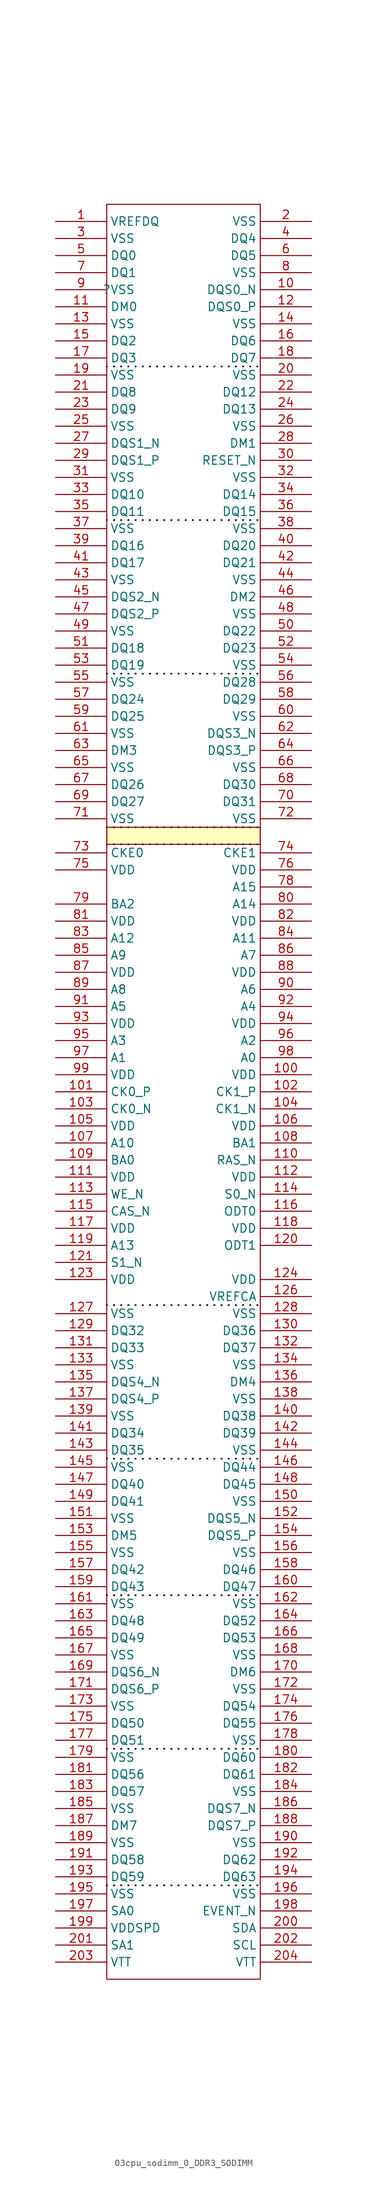
<source format=kicad_sym>
(kicad_symbol_lib
  (version 20220914)
  (generator kicad_symbol_editor)
  (symbol "03cpu_sodimm_0_DDR3_SODIMM"
    (property "Reference" ""
      (at 0 0 0)
      (effects (font (size 1.27 1.27))))
    (property "Value" ""
      (at 0 0 0)
      (effects (font (size 1.27 1.27))))
    (symbol "03cpu_sodimm_0_DDR3_SODIMM_1_0"
      (polyline (pts (xy 0 -237.49) (xy 22.86 -237.49)) (stroke (width 0.254) (type dot) (color 0 0 0 1)) (fill (type none)))
      (polyline (pts (xy 0 -217.17) (xy 22.86 -217.17)) (stroke (width 0.254) (type dot) (color 0 0 0 1)) (fill (type none)))
      (polyline (pts (xy 0 -194.31) (xy 22.86 -194.31)) (stroke (width 0.254) (type dot) (color 0 0 0 1)) (fill (type none)))
      (polyline (pts (xy 0 -173.99) (xy 22.86 -173.99)) (stroke (width 0.254) (type dot) (color 0 0 0 1)) (fill (type none)))
      (polyline (pts (xy 0 -151.13) (xy 22.86 -151.13)) (stroke (width 0.254) (type dot) (color 0 0 0 1)) (fill (type none)))
      (polyline (pts (xy 0 -82.55) (xy 22.86 -82.55)) (stroke (width 0.254) (type dot) (color 0 0 0 1)) (fill (type none)))
      (polyline (pts (xy 0 -80.01) (xy 22.86 -80.01)) (stroke (width 0.254) (type dot) (color 0 0 0 1)) (fill (type none)))
      (polyline (pts (xy 0 -57.15) (xy 22.86 -57.15)) (stroke (width 0.254) (type dot) (color 0 0 0 1)) (fill (type none)))
      (polyline (pts (xy 0 -34.29) (xy 22.86 -34.29)) (stroke (width 0.254) (type dot) (color 0 0 0 1)) (fill (type none)))
      (polyline (pts (xy 0 -11.43) (xy 22.86 -11.43)) (stroke (width 0.254) (type dot) (color 0 0 0 1)) (fill (type none)))
      (rectangle (start 22.86 -80.01) (end 0 -82.55) (stroke (width 0) (type solid)) (fill (type background)))
      (rectangle (start 22.86 12.7) (end 0 -251.46) (stroke (width 0) (type solid)) (fill (type none)))
      (pin power_in line (at -7.62 10.16 0) (length 7.62) (name "VREFDQ" (effects (font (size 1.27 1.27)))) (number "1" (effects (font (size 1.27 1.27)))))
      (pin bidirectional line (at 30.48 0 180) (length 7.62) (name "DQS0_N" (effects (font (size 1.27 1.27)))) (number "10" (effects (font (size 1.27 1.27)))))
      (pin power_in line (at 30.48 -116.84 180) (length 7.62) (name "VDD" (effects (font (size 1.27 1.27)))) (number "100" (effects (font (size 1.27 1.27)))))
      (pin input line (at -7.62 -119.38 0) (length 7.62) (name "CK0_P" (effects (font (size 1.27 1.27)))) (number "101" (effects (font (size 1.27 1.27)))))
      (pin input line (at 30.48 -119.38 180) (length 7.62) (name "CK1_P" (effects (font (size 1.27 1.27)))) (number "102" (effects (font (size 1.27 1.27)))))
      (pin input line (at -7.62 -121.92 0) (length 7.62) (name "CK0_N" (effects (font (size 1.27 1.27)))) (number "103" (effects (font (size 1.27 1.27)))))
      (pin input line (at 30.48 -121.92 180) (length 7.62) (name "CK1_N" (effects (font (size 1.27 1.27)))) (number "104" (effects (font (size 1.27 1.27)))))
      (pin power_in line (at -7.62 -124.46 0) (length 7.62) (name "VDD" (effects (font (size 1.27 1.27)))) (number "105" (effects (font (size 1.27 1.27)))))
      (pin power_in line (at 30.48 -124.46 180) (length 7.62) (name "VDD" (effects (font (size 1.27 1.27)))) (number "106" (effects (font (size 1.27 1.27)))))
      (pin input line (at -7.62 -127 0) (length 7.62) (name "A10" (effects (font (size 1.27 1.27)))) (number "107" (effects (font (size 1.27 1.27)))))
      (pin input line (at 30.48 -127 180) (length 7.62) (name "BA1" (effects (font (size 1.27 1.27)))) (number "108" (effects (font (size 1.27 1.27)))))
      (pin input line (at -7.62 -129.54 0) (length 7.62) (name "BA0" (effects (font (size 1.27 1.27)))) (number "109" (effects (font (size 1.27 1.27)))))
      (pin input line (at -7.62 -2.54 0) (length 7.62) (name "DM0" (effects (font (size 1.27 1.27)))) (number "11" (effects (font (size 1.27 1.27)))))
      (pin input line (at 30.48 -129.54 180) (length 7.62) (name "RAS_N" (effects (font (size 1.27 1.27)))) (number "110" (effects (font (size 1.27 1.27)))))
      (pin power_in line (at -7.62 -132.08 0) (length 7.62) (name "VDD" (effects (font (size 1.27 1.27)))) (number "111" (effects (font (size 1.27 1.27)))))
      (pin power_in line (at 30.48 -132.08 180) (length 7.62) (name "VDD" (effects (font (size 1.27 1.27)))) (number "112" (effects (font (size 1.27 1.27)))))
      (pin input line (at -7.62 -134.62 0) (length 7.62) (name "WE_N" (effects (font (size 1.27 1.27)))) (number "113" (effects (font (size 1.27 1.27)))))
      (pin input line (at 30.48 -134.62 180) (length 7.62) (name "S0_N" (effects (font (size 1.27 1.27)))) (number "114" (effects (font (size 1.27 1.27)))))
      (pin input line (at -7.62 -137.16 0) (length 7.62) (name "CAS_N" (effects (font (size 1.27 1.27)))) (number "115" (effects (font (size 1.27 1.27)))))
      (pin input line (at 30.48 -137.16 180) (length 7.62) (name "ODT0" (effects (font (size 1.27 1.27)))) (number "116" (effects (font (size 1.27 1.27)))))
      (pin power_in line (at -7.62 -139.7 0) (length 7.62) (name "VDD" (effects (font (size 1.27 1.27)))) (number "117" (effects (font (size 1.27 1.27)))))
      (pin power_in line (at 30.48 -139.7 180) (length 7.62) (name "VDD" (effects (font (size 1.27 1.27)))) (number "118" (effects (font (size 1.27 1.27)))))
      (pin input line (at -7.62 -142.24 0) (length 7.62) (name "A13" (effects (font (size 1.27 1.27)))) (number "119" (effects (font (size 1.27 1.27)))))
      (pin bidirectional line (at 30.48 -2.54 180) (length 7.62) (name "DQS0_P" (effects (font (size 1.27 1.27)))) (number "12" (effects (font (size 1.27 1.27)))))
      (pin input line (at 30.48 -142.24 180) (length 7.62) (name "ODT1" (effects (font (size 1.27 1.27)))) (number "120" (effects (font (size 1.27 1.27)))))
      (pin input line (at -7.62 -144.78 0) (length 7.62) (name "S1_N" (effects (font (size 1.27 1.27)))) (number "121" (effects (font (size 1.27 1.27)))))
      (pin power_in line (at -7.62 -147.32 0) (length 7.62) (name "VDD" (effects (font (size 1.27 1.27)))) (number "123" (effects (font (size 1.27 1.27)))))
      (pin power_in line (at 30.48 -147.32 180) (length 7.62) (name "VDD" (effects (font (size 1.27 1.27)))) (number "124" (effects (font (size 1.27 1.27)))))
      (pin power_in line (at 30.48 -149.86 180) (length 7.62) (name "VREFCA" (effects (font (size 1.27 1.27)))) (number "126" (effects (font (size 1.27 1.27)))))
      (pin power_in line (at -7.62 -152.4 0) (length 7.62) (name "VSS" (effects (font (size 1.27 1.27)))) (number "127" (effects (font (size 1.27 1.27)))))
      (pin power_in line (at 30.48 -152.4 180) (length 7.62) (name "VSS" (effects (font (size 1.27 1.27)))) (number "128" (effects (font (size 1.27 1.27)))))
      (pin bidirectional line (at -7.62 -154.94 0) (length 7.62) (name "DQ32" (effects (font (size 1.27 1.27)))) (number "129" (effects (font (size 1.27 1.27)))))
      (pin power_in line (at -7.62 -5.08 0) (length 7.62) (name "VSS" (effects (font (size 1.27 1.27)))) (number "13" (effects (font (size 1.27 1.27)))))
      (pin bidirectional line (at 30.48 -154.94 180) (length 7.62) (name "DQ36" (effects (font (size 1.27 1.27)))) (number "130" (effects (font (size 1.27 1.27)))))
      (pin bidirectional line (at -7.62 -157.48 0) (length 7.62) (name "DQ33" (effects (font (size 1.27 1.27)))) (number "131" (effects (font (size 1.27 1.27)))))
      (pin bidirectional line (at 30.48 -157.48 180) (length 7.62) (name "DQ37" (effects (font (size 1.27 1.27)))) (number "132" (effects (font (size 1.27 1.27)))))
      (pin power_in line (at -7.62 -160.02 0) (length 7.62) (name "VSS" (effects (font (size 1.27 1.27)))) (number "133" (effects (font (size 1.27 1.27)))))
      (pin power_in line (at 30.48 -160.02 180) (length 7.62) (name "VSS" (effects (font (size 1.27 1.27)))) (number "134" (effects (font (size 1.27 1.27)))))
      (pin bidirectional line (at -7.62 -162.56 0) (length 7.62) (name "DQS4_N" (effects (font (size 1.27 1.27)))) (number "135" (effects (font (size 1.27 1.27)))))
      (pin input line (at 30.48 -162.56 180) (length 7.62) (name "DM4" (effects (font (size 1.27 1.27)))) (number "136" (effects (font (size 1.27 1.27)))))
      (pin bidirectional line (at -7.62 -165.1 0) (length 7.62) (name "DQS4_P" (effects (font (size 1.27 1.27)))) (number "137" (effects (font (size 1.27 1.27)))))
      (pin power_in line (at 30.48 -165.1 180) (length 7.62) (name "VSS" (effects (font (size 1.27 1.27)))) (number "138" (effects (font (size 1.27 1.27)))))
      (pin power_in line (at -7.62 -167.64 0) (length 7.62) (name "VSS" (effects (font (size 1.27 1.27)))) (number "139" (effects (font (size 1.27 1.27)))))
      (pin power_in line (at 30.48 -5.08 180) (length 7.62) (name "VSS" (effects (font (size 1.27 1.27)))) (number "14" (effects (font (size 1.27 1.27)))))
      (pin bidirectional line (at 30.48 -167.64 180) (length 7.62) (name "DQ38" (effects (font (size 1.27 1.27)))) (number "140" (effects (font (size 1.27 1.27)))))
      (pin bidirectional line (at -7.62 -170.18 0) (length 7.62) (name "DQ34" (effects (font (size 1.27 1.27)))) (number "141" (effects (font (size 1.27 1.27)))))
      (pin bidirectional line (at 30.48 -170.18 180) (length 7.62) (name "DQ39" (effects (font (size 1.27 1.27)))) (number "142" (effects (font (size 1.27 1.27)))))
      (pin bidirectional line (at -7.62 -172.72 0) (length 7.62) (name "DQ35" (effects (font (size 1.27 1.27)))) (number "143" (effects (font (size 1.27 1.27)))))
      (pin power_in line (at 30.48 -172.72 180) (length 7.62) (name "VSS" (effects (font (size 1.27 1.27)))) (number "144" (effects (font (size 1.27 1.27)))))
      (pin power_in line (at -7.62 -175.26 0) (length 7.62) (name "VSS" (effects (font (size 1.27 1.27)))) (number "145" (effects (font (size 1.27 1.27)))))
      (pin bidirectional line (at 30.48 -175.26 180) (length 7.62) (name "DQ44" (effects (font (size 1.27 1.27)))) (number "146" (effects (font (size 1.27 1.27)))))
      (pin bidirectional line (at -7.62 -177.8 0) (length 7.62) (name "DQ40" (effects (font (size 1.27 1.27)))) (number "147" (effects (font (size 1.27 1.27)))))
      (pin bidirectional line (at 30.48 -177.8 180) (length 7.62) (name "DQ45" (effects (font (size 1.27 1.27)))) (number "148" (effects (font (size 1.27 1.27)))))
      (pin bidirectional line (at -7.62 -180.34 0) (length 7.62) (name "DQ41" (effects (font (size 1.27 1.27)))) (number "149" (effects (font (size 1.27 1.27)))))
      (pin bidirectional line (at -7.62 -7.62 0) (length 7.62) (name "DQ2" (effects (font (size 1.27 1.27)))) (number "15" (effects (font (size 1.27 1.27)))))
      (pin power_in line (at 30.48 -180.34 180) (length 7.62) (name "VSS" (effects (font (size 1.27 1.27)))) (number "150" (effects (font (size 1.27 1.27)))))
      (pin power_in line (at -7.62 -182.88 0) (length 7.62) (name "VSS" (effects (font (size 1.27 1.27)))) (number "151" (effects (font (size 1.27 1.27)))))
      (pin bidirectional line (at 30.48 -182.88 180) (length 7.62) (name "DQS5_N" (effects (font (size 1.27 1.27)))) (number "152" (effects (font (size 1.27 1.27)))))
      (pin input line (at -7.62 -185.42 0) (length 7.62) (name "DM5" (effects (font (size 1.27 1.27)))) (number "153" (effects (font (size 1.27 1.27)))))
      (pin bidirectional line (at 30.48 -185.42 180) (length 7.62) (name "DQS5_P" (effects (font (size 1.27 1.27)))) (number "154" (effects (font (size 1.27 1.27)))))
      (pin power_in line (at -7.62 -187.96 0) (length 7.62) (name "VSS" (effects (font (size 1.27 1.27)))) (number "155" (effects (font (size 1.27 1.27)))))
      (pin power_in line (at 30.48 -187.96 180) (length 7.62) (name "VSS" (effects (font (size 1.27 1.27)))) (number "156" (effects (font (size 1.27 1.27)))))
      (pin bidirectional line (at -7.62 -190.5 0) (length 7.62) (name "DQ42" (effects (font (size 1.27 1.27)))) (number "157" (effects (font (size 1.27 1.27)))))
      (pin bidirectional line (at 30.48 -190.5 180) (length 7.62) (name "DQ46" (effects (font (size 1.27 1.27)))) (number "158" (effects (font (size 1.27 1.27)))))
      (pin bidirectional line (at -7.62 -193.04 0) (length 7.62) (name "DQ43" (effects (font (size 1.27 1.27)))) (number "159" (effects (font (size 1.27 1.27)))))
      (pin bidirectional line (at 30.48 -7.62 180) (length 7.62) (name "DQ6" (effects (font (size 1.27 1.27)))) (number "16" (effects (font (size 1.27 1.27)))))
      (pin bidirectional line (at 30.48 -193.04 180) (length 7.62) (name "DQ47" (effects (font (size 1.27 1.27)))) (number "160" (effects (font (size 1.27 1.27)))))
      (pin power_in line (at -7.62 -195.58 0) (length 7.62) (name "VSS" (effects (font (size 1.27 1.27)))) (number "161" (effects (font (size 1.27 1.27)))))
      (pin power_in line (at 30.48 -195.58 180) (length 7.62) (name "VSS" (effects (font (size 1.27 1.27)))) (number "162" (effects (font (size 1.27 1.27)))))
      (pin bidirectional line (at -7.62 -198.12 0) (length 7.62) (name "DQ48" (effects (font (size 1.27 1.27)))) (number "163" (effects (font (size 1.27 1.27)))))
      (pin bidirectional line (at 30.48 -198.12 180) (length 7.62) (name "DQ52" (effects (font (size 1.27 1.27)))) (number "164" (effects (font (size 1.27 1.27)))))
      (pin bidirectional line (at -7.62 -200.66 0) (length 7.62) (name "DQ49" (effects (font (size 1.27 1.27)))) (number "165" (effects (font (size 1.27 1.27)))))
      (pin bidirectional line (at 30.48 -200.66 180) (length 7.62) (name "DQ53" (effects (font (size 1.27 1.27)))) (number "166" (effects (font (size 1.27 1.27)))))
      (pin power_in line (at -7.62 -203.2 0) (length 7.62) (name "VSS" (effects (font (size 1.27 1.27)))) (number "167" (effects (font (size 1.27 1.27)))))
      (pin power_in line (at 30.48 -203.2 180) (length 7.62) (name "VSS" (effects (font (size 1.27 1.27)))) (number "168" (effects (font (size 1.27 1.27)))))
      (pin bidirectional line (at -7.62 -205.74 0) (length 7.62) (name "DQS6_N" (effects (font (size 1.27 1.27)))) (number "169" (effects (font (size 1.27 1.27)))))
      (pin bidirectional line (at -7.62 -10.16 0) (length 7.62) (name "DQ3" (effects (font (size 1.27 1.27)))) (number "17" (effects (font (size 1.27 1.27)))))
      (pin input line (at 30.48 -205.74 180) (length 7.62) (name "DM6" (effects (font (size 1.27 1.27)))) (number "170" (effects (font (size 1.27 1.27)))))
      (pin bidirectional line (at -7.62 -208.28 0) (length 7.62) (name "DQS6_P" (effects (font (size 1.27 1.27)))) (number "171" (effects (font (size 1.27 1.27)))))
      (pin power_in line (at 30.48 -208.28 180) (length 7.62) (name "VSS" (effects (font (size 1.27 1.27)))) (number "172" (effects (font (size 1.27 1.27)))))
      (pin power_in line (at -7.62 -210.82 0) (length 7.62) (name "VSS" (effects (font (size 1.27 1.27)))) (number "173" (effects (font (size 1.27 1.27)))))
      (pin bidirectional line (at 30.48 -210.82 180) (length 7.62) (name "DQ54" (effects (font (size 1.27 1.27)))) (number "174" (effects (font (size 1.27 1.27)))))
      (pin bidirectional line (at -7.62 -213.36 0) (length 7.62) (name "DQ50" (effects (font (size 1.27 1.27)))) (number "175" (effects (font (size 1.27 1.27)))))
      (pin bidirectional line (at 30.48 -213.36 180) (length 7.62) (name "DQ55" (effects (font (size 1.27 1.27)))) (number "176" (effects (font (size 1.27 1.27)))))
      (pin bidirectional line (at -7.62 -215.9 0) (length 7.62) (name "DQ51" (effects (font (size 1.27 1.27)))) (number "177" (effects (font (size 1.27 1.27)))))
      (pin power_in line (at 30.48 -215.9 180) (length 7.62) (name "VSS" (effects (font (size 1.27 1.27)))) (number "178" (effects (font (size 1.27 1.27)))))
      (pin power_in line (at -7.62 -218.44 0) (length 7.62) (name "VSS" (effects (font (size 1.27 1.27)))) (number "179" (effects (font (size 1.27 1.27)))))
      (pin bidirectional line (at 30.48 -10.16 180) (length 7.62) (name "DQ7" (effects (font (size 1.27 1.27)))) (number "18" (effects (font (size 1.27 1.27)))))
      (pin bidirectional line (at 30.48 -218.44 180) (length 7.62) (name "DQ60" (effects (font (size 1.27 1.27)))) (number "180" (effects (font (size 1.27 1.27)))))
      (pin bidirectional line (at -7.62 -220.98 0) (length 7.62) (name "DQ56" (effects (font (size 1.27 1.27)))) (number "181" (effects (font (size 1.27 1.27)))))
      (pin bidirectional line (at 30.48 -220.98 180) (length 7.62) (name "DQ61" (effects (font (size 1.27 1.27)))) (number "182" (effects (font (size 1.27 1.27)))))
      (pin bidirectional line (at -7.62 -223.52 0) (length 7.62) (name "DQ57" (effects (font (size 1.27 1.27)))) (number "183" (effects (font (size 1.27 1.27)))))
      (pin power_in line (at 30.48 -223.52 180) (length 7.62) (name "VSS" (effects (font (size 1.27 1.27)))) (number "184" (effects (font (size 1.27 1.27)))))
      (pin power_in line (at -7.62 -226.06 0) (length 7.62) (name "VSS" (effects (font (size 1.27 1.27)))) (number "185" (effects (font (size 1.27 1.27)))))
      (pin bidirectional line (at 30.48 -226.06 180) (length 7.62) (name "DQS7_N" (effects (font (size 1.27 1.27)))) (number "186" (effects (font (size 1.27 1.27)))))
      (pin input line (at -7.62 -228.6 0) (length 7.62) (name "DM7" (effects (font (size 1.27 1.27)))) (number "187" (effects (font (size 1.27 1.27)))))
      (pin bidirectional line (at 30.48 -228.6 180) (length 7.62) (name "DQS7_P" (effects (font (size 1.27 1.27)))) (number "188" (effects (font (size 1.27 1.27)))))
      (pin power_in line (at -7.62 -231.14 0) (length 7.62) (name "VSS" (effects (font (size 1.27 1.27)))) (number "189" (effects (font (size 1.27 1.27)))))
      (pin power_in line (at -7.62 -12.7 0) (length 7.62) (name "VSS" (effects (font (size 1.27 1.27)))) (number "19" (effects (font (size 1.27 1.27)))))
      (pin power_in line (at 30.48 -231.14 180) (length 7.62) (name "VSS" (effects (font (size 1.27 1.27)))) (number "190" (effects (font (size 1.27 1.27)))))
      (pin bidirectional line (at -7.62 -233.68 0) (length 7.62) (name "DQ58" (effects (font (size 1.27 1.27)))) (number "191" (effects (font (size 1.27 1.27)))))
      (pin bidirectional line (at 30.48 -233.68 180) (length 7.62) (name "DQ62" (effects (font (size 1.27 1.27)))) (number "192" (effects (font (size 1.27 1.27)))))
      (pin bidirectional line (at -7.62 -236.22 0) (length 7.62) (name "DQ59" (effects (font (size 1.27 1.27)))) (number "193" (effects (font (size 1.27 1.27)))))
      (pin bidirectional line (at 30.48 -236.22 180) (length 7.62) (name "DQ63" (effects (font (size 1.27 1.27)))) (number "194" (effects (font (size 1.27 1.27)))))
      (pin power_in line (at -7.62 -238.76 0) (length 7.62) (name "VSS" (effects (font (size 1.27 1.27)))) (number "195" (effects (font (size 1.27 1.27)))))
      (pin power_in line (at 30.48 -238.76 180) (length 7.62) (name "VSS" (effects (font (size 1.27 1.27)))) (number "196" (effects (font (size 1.27 1.27)))))
      (pin input line (at -7.62 -241.3 0) (length 7.62) (name "SA0" (effects (font (size 1.27 1.27)))) (number "197" (effects (font (size 1.27 1.27)))))
      (pin input line (at 30.48 -241.3 180) (length 7.62) (name "EVENT_N" (effects (font (size 1.27 1.27)))) (number "198" (effects (font (size 1.27 1.27)))))
      (pin power_in line (at -7.62 -243.84 0) (length 7.62) (name "VDDSPD" (effects (font (size 1.27 1.27)))) (number "199" (effects (font (size 1.27 1.27)))))
      (pin power_in line (at 30.48 10.16 180) (length 7.62) (name "VSS" (effects (font (size 1.27 1.27)))) (number "2" (effects (font (size 1.27 1.27)))))
      (pin power_in line (at 30.48 -12.7 180) (length 7.62) (name "VSS" (effects (font (size 1.27 1.27)))) (number "20" (effects (font (size 1.27 1.27)))))
      (pin bidirectional line (at 30.48 -243.84 180) (length 7.62) (name "SDA" (effects (font (size 1.27 1.27)))) (number "200" (effects (font (size 1.27 1.27)))))
      (pin input line (at -7.62 -246.38 0) (length 7.62) (name "SA1" (effects (font (size 1.27 1.27)))) (number "201" (effects (font (size 1.27 1.27)))))
      (pin input line (at 30.48 -246.38 180) (length 7.62) (name "SCL" (effects (font (size 1.27 1.27)))) (number "202" (effects (font (size 1.27 1.27)))))
      (pin power_in line (at -7.62 -248.92 0) (length 7.62) (name "VTT" (effects (font (size 1.27 1.27)))) (number "203" (effects (font (size 1.27 1.27)))))
      (pin power_in line (at 30.48 -248.92 180) (length 7.62) (name "VTT" (effects (font (size 1.27 1.27)))) (number "204" (effects (font (size 1.27 1.27)))))
      (pin bidirectional line (at -7.62 -15.24 0) (length 7.62) (name "DQ8" (effects (font (size 1.27 1.27)))) (number "21" (effects (font (size 1.27 1.27)))))
      (pin bidirectional line (at 30.48 -15.24 180) (length 7.62) (name "DQ12" (effects (font (size 1.27 1.27)))) (number "22" (effects (font (size 1.27 1.27)))))
      (pin bidirectional line (at -7.62 -17.78 0) (length 7.62) (name "DQ9" (effects (font (size 1.27 1.27)))) (number "23" (effects (font (size 1.27 1.27)))))
      (pin bidirectional line (at 30.48 -17.78 180) (length 7.62) (name "DQ13" (effects (font (size 1.27 1.27)))) (number "24" (effects (font (size 1.27 1.27)))))
      (pin power_in line (at -7.62 -20.32 0) (length 7.62) (name "VSS" (effects (font (size 1.27 1.27)))) (number "25" (effects (font (size 1.27 1.27)))))
      (pin power_in line (at 30.48 -20.32 180) (length 7.62) (name "VSS" (effects (font (size 1.27 1.27)))) (number "26" (effects (font (size 1.27 1.27)))))
      (pin bidirectional line (at -7.62 -22.86 0) (length 7.62) (name "DQS1_N" (effects (font (size 1.27 1.27)))) (number "27" (effects (font (size 1.27 1.27)))))
      (pin input line (at 30.48 -22.86 180) (length 7.62) (name "DM1" (effects (font (size 1.27 1.27)))) (number "28" (effects (font (size 1.27 1.27)))))
      (pin bidirectional line (at -7.62 -25.4 0) (length 7.62) (name "DQS1_P" (effects (font (size 1.27 1.27)))) (number "29" (effects (font (size 1.27 1.27)))))
      (pin power_in line (at -7.62 7.62 0) (length 7.62) (name "VSS" (effects (font (size 1.27 1.27)))) (number "3" (effects (font (size 1.27 1.27)))))
      (pin input line (at 30.48 -25.4 180) (length 7.62) (name "RESET_N" (effects (font (size 1.27 1.27)))) (number "30" (effects (font (size 1.27 1.27)))))
      (pin power_in line (at -7.62 -27.94 0) (length 7.62) (name "VSS" (effects (font (size 1.27 1.27)))) (number "31" (effects (font (size 1.27 1.27)))))
      (pin power_in line (at 30.48 -27.94 180) (length 7.62) (name "VSS" (effects (font (size 1.27 1.27)))) (number "32" (effects (font (size 1.27 1.27)))))
      (pin bidirectional line (at -7.62 -30.48 0) (length 7.62) (name "DQ10" (effects (font (size 1.27 1.27)))) (number "33" (effects (font (size 1.27 1.27)))))
      (pin bidirectional line (at 30.48 -30.48 180) (length 7.62) (name "DQ14" (effects (font (size 1.27 1.27)))) (number "34" (effects (font (size 1.27 1.27)))))
      (pin bidirectional line (at -7.62 -33.02 0) (length 7.62) (name "DQ11" (effects (font (size 1.27 1.27)))) (number "35" (effects (font (size 1.27 1.27)))))
      (pin bidirectional line (at 30.48 -33.02 180) (length 7.62) (name "DQ15" (effects (font (size 1.27 1.27)))) (number "36" (effects (font (size 1.27 1.27)))))
      (pin power_in line (at -7.62 -35.56 0) (length 7.62) (name "VSS" (effects (font (size 1.27 1.27)))) (number "37" (effects (font (size 1.27 1.27)))))
      (pin power_in line (at 30.48 -35.56 180) (length 7.62) (name "VSS" (effects (font (size 1.27 1.27)))) (number "38" (effects (font (size 1.27 1.27)))))
      (pin bidirectional line (at -7.62 -38.1 0) (length 7.62) (name "DQ16" (effects (font (size 1.27 1.27)))) (number "39" (effects (font (size 1.27 1.27)))))
      (pin bidirectional line (at 30.48 7.62 180) (length 7.62) (name "DQ4" (effects (font (size 1.27 1.27)))) (number "4" (effects (font (size 1.27 1.27)))))
      (pin bidirectional line (at 30.48 -38.1 180) (length 7.62) (name "DQ20" (effects (font (size 1.27 1.27)))) (number "40" (effects (font (size 1.27 1.27)))))
      (pin bidirectional line (at -7.62 -40.64 0) (length 7.62) (name "DQ17" (effects (font (size 1.27 1.27)))) (number "41" (effects (font (size 1.27 1.27)))))
      (pin bidirectional line (at 30.48 -40.64 180) (length 7.62) (name "DQ21" (effects (font (size 1.27 1.27)))) (number "42" (effects (font (size 1.27 1.27)))))
      (pin bidirectional line (at -7.62 -43.18 0) (length 7.62) (name "VSS" (effects (font (size 1.27 1.27)))) (number "43" (effects (font (size 1.27 1.27)))))
      (pin bidirectional line (at 30.48 -43.18 180) (length 7.62) (name "VSS" (effects (font (size 1.27 1.27)))) (number "44" (effects (font (size 1.27 1.27)))))
      (pin bidirectional line (at -7.62 -45.72 0) (length 7.62) (name "DQS2_N" (effects (font (size 1.27 1.27)))) (number "45" (effects (font (size 1.27 1.27)))))
      (pin input line (at 30.48 -45.72 180) (length 7.62) (name "DM2" (effects (font (size 1.27 1.27)))) (number "46" (effects (font (size 1.27 1.27)))))
      (pin bidirectional line (at -7.62 -48.26 0) (length 7.62) (name "DQS2_P" (effects (font (size 1.27 1.27)))) (number "47" (effects (font (size 1.27 1.27)))))
      (pin power_in line (at 30.48 -48.26 180) (length 7.62) (name "VSS" (effects (font (size 1.27 1.27)))) (number "48" (effects (font (size 1.27 1.27)))))
      (pin power_in line (at -7.62 -50.8 0) (length 7.62) (name "VSS" (effects (font (size 1.27 1.27)))) (number "49" (effects (font (size 1.27 1.27)))))
      (pin bidirectional line (at -7.62 5.08 0) (length 7.62) (name "DQ0" (effects (font (size 1.27 1.27)))) (number "5" (effects (font (size 1.27 1.27)))))
      (pin bidirectional line (at 30.48 -50.8 180) (length 7.62) (name "DQ22" (effects (font (size 1.27 1.27)))) (number "50" (effects (font (size 1.27 1.27)))))
      (pin bidirectional line (at -7.62 -53.34 0) (length 7.62) (name "DQ18" (effects (font (size 1.27 1.27)))) (number "51" (effects (font (size 1.27 1.27)))))
      (pin bidirectional line (at 30.48 -53.34 180) (length 7.62) (name "DQ23" (effects (font (size 1.27 1.27)))) (number "52" (effects (font (size 1.27 1.27)))))
      (pin bidirectional line (at -7.62 -55.88 0) (length 7.62) (name "DQ19" (effects (font (size 1.27 1.27)))) (number "53" (effects (font (size 1.27 1.27)))))
      (pin power_in line (at 30.48 -55.88 180) (length 7.62) (name "VSS" (effects (font (size 1.27 1.27)))) (number "54" (effects (font (size 1.27 1.27)))))
      (pin power_in line (at -7.62 -58.42 0) (length 7.62) (name "VSS" (effects (font (size 1.27 1.27)))) (number "55" (effects (font (size 1.27 1.27)))))
      (pin bidirectional line (at 30.48 -58.42 180) (length 7.62) (name "DQ28" (effects (font (size 1.27 1.27)))) (number "56" (effects (font (size 1.27 1.27)))))
      (pin bidirectional line (at -7.62 -60.96 0) (length 7.62) (name "DQ24" (effects (font (size 1.27 1.27)))) (number "57" (effects (font (size 1.27 1.27)))))
      (pin bidirectional line (at 30.48 -60.96 180) (length 7.62) (name "DQ29" (effects (font (size 1.27 1.27)))) (number "58" (effects (font (size 1.27 1.27)))))
      (pin bidirectional line (at -7.62 -63.5 0) (length 7.62) (name "DQ25" (effects (font (size 1.27 1.27)))) (number "59" (effects (font (size 1.27 1.27)))))
      (pin bidirectional line (at 30.48 5.08 180) (length 7.62) (name "DQ5" (effects (font (size 1.27 1.27)))) (number "6" (effects (font (size 1.27 1.27)))))
      (pin power_in line (at 30.48 -63.5 180) (length 7.62) (name "VSS" (effects (font (size 1.27 1.27)))) (number "60" (effects (font (size 1.27 1.27)))))
      (pin power_in line (at -7.62 -66.04 0) (length 7.62) (name "VSS" (effects (font (size 1.27 1.27)))) (number "61" (effects (font (size 1.27 1.27)))))
      (pin bidirectional line (at 30.48 -66.04 180) (length 7.62) (name "DQS3_N" (effects (font (size 1.27 1.27)))) (number "62" (effects (font (size 1.27 1.27)))))
      (pin input line (at -7.62 -68.58 0) (length 7.62) (name "DM3" (effects (font (size 1.27 1.27)))) (number "63" (effects (font (size 1.27 1.27)))))
      (pin bidirectional line (at 30.48 -68.58 180) (length 7.62) (name "DQS3_P" (effects (font (size 1.27 1.27)))) (number "64" (effects (font (size 1.27 1.27)))))
      (pin power_in line (at -7.62 -71.12 0) (length 7.62) (name "VSS" (effects (font (size 1.27 1.27)))) (number "65" (effects (font (size 1.27 1.27)))))
      (pin power_in line (at 30.48 -71.12 180) (length 7.62) (name "VSS" (effects (font (size 1.27 1.27)))) (number "66" (effects (font (size 1.27 1.27)))))
      (pin bidirectional line (at -7.62 -73.66 0) (length 7.62) (name "DQ26" (effects (font (size 1.27 1.27)))) (number "67" (effects (font (size 1.27 1.27)))))
      (pin bidirectional line (at 30.48 -73.66 180) (length 7.62) (name "DQ30" (effects (font (size 1.27 1.27)))) (number "68" (effects (font (size 1.27 1.27)))))
      (pin bidirectional line (at -7.62 -76.2 0) (length 7.62) (name "DQ27" (effects (font (size 1.27 1.27)))) (number "69" (effects (font (size 1.27 1.27)))))
      (pin bidirectional line (at -7.62 2.54 0) (length 7.62) (name "DQ1" (effects (font (size 1.27 1.27)))) (number "7" (effects (font (size 1.27 1.27)))))
      (pin bidirectional line (at 30.48 -76.2 180) (length 7.62) (name "DQ31" (effects (font (size 1.27 1.27)))) (number "70" (effects (font (size 1.27 1.27)))))
      (pin power_in line (at -7.62 -78.74 0) (length 7.62) (name "VSS" (effects (font (size 1.27 1.27)))) (number "71" (effects (font (size 1.27 1.27)))))
      (pin power_in line (at 30.48 -78.74 180) (length 7.62) (name "VSS" (effects (font (size 1.27 1.27)))) (number "72" (effects (font (size 1.27 1.27)))))
      (pin input line (at -7.62 -83.82 0) (length 7.62) (name "CKE0" (effects (font (size 1.27 1.27)))) (number "73" (effects (font (size 1.27 1.27)))))
      (pin input line (at 30.48 -83.82 180) (length 7.62) (name "CKE1" (effects (font (size 1.27 1.27)))) (number "74" (effects (font (size 1.27 1.27)))))
      (pin power_in line (at -7.62 -86.36 0) (length 7.62) (name "VDD" (effects (font (size 1.27 1.27)))) (number "75" (effects (font (size 1.27 1.27)))))
      (pin power_in line (at 30.48 -86.36 180) (length 7.62) (name "VDD" (effects (font (size 1.27 1.27)))) (number "76" (effects (font (size 1.27 1.27)))))
      (pin input line (at 30.48 -88.9 180) (length 7.62) (name "A15" (effects (font (size 1.27 1.27)))) (number "78" (effects (font (size 1.27 1.27)))))
      (pin input line (at -7.62 -91.44 0) (length 7.62) (name "BA2" (effects (font (size 1.27 1.27)))) (number "79" (effects (font (size 1.27 1.27)))))
      (pin power_in line (at 30.48 2.54 180) (length 7.62) (name "VSS" (effects (font (size 1.27 1.27)))) (number "8" (effects (font (size 1.27 1.27)))))
      (pin input line (at 30.48 -91.44 180) (length 7.62) (name "A14" (effects (font (size 1.27 1.27)))) (number "80" (effects (font (size 1.27 1.27)))))
      (pin power_in line (at -7.62 -93.98 0) (length 7.62) (name "VDD" (effects (font (size 1.27 1.27)))) (number "81" (effects (font (size 1.27 1.27)))))
      (pin power_in line (at 30.48 -93.98 180) (length 7.62) (name "VDD" (effects (font (size 1.27 1.27)))) (number "82" (effects (font (size 1.27 1.27)))))
      (pin input line (at -7.62 -96.52 0) (length 7.62) (name "A12" (effects (font (size 1.27 1.27)))) (number "83" (effects (font (size 1.27 1.27)))))
      (pin input line (at 30.48 -96.52 180) (length 7.62) (name "A11" (effects (font (size 1.27 1.27)))) (number "84" (effects (font (size 1.27 1.27)))))
      (pin input line (at -7.62 -99.06 0) (length 7.62) (name "A9" (effects (font (size 1.27 1.27)))) (number "85" (effects (font (size 1.27 1.27)))))
      (pin input line (at 30.48 -99.06 180) (length 7.62) (name "A7" (effects (font (size 1.27 1.27)))) (number "86" (effects (font (size 1.27 1.27)))))
      (pin power_in line (at -7.62 -101.6 0) (length 7.62) (name "VDD" (effects (font (size 1.27 1.27)))) (number "87" (effects (font (size 1.27 1.27)))))
      (pin power_in line (at 30.48 -101.6 180) (length 7.62) (name "VDD" (effects (font (size 1.27 1.27)))) (number "88" (effects (font (size 1.27 1.27)))))
      (pin input line (at -7.62 -104.14 0) (length 7.62) (name "A8" (effects (font (size 1.27 1.27)))) (number "89" (effects (font (size 1.27 1.27)))))
      (pin power_in line (at -7.62 0 0) (length 7.62) (name "VSS" (effects (font (size 1.27 1.27)))) (number "9" (effects (font (size 1.27 1.27)))))
      (pin input line (at 30.48 -104.14 180) (length 7.62) (name "A6" (effects (font (size 1.27 1.27)))) (number "90" (effects (font (size 1.27 1.27)))))
      (pin input line (at -7.62 -106.68 0) (length 7.62) (name "A5" (effects (font (size 1.27 1.27)))) (number "91" (effects (font (size 1.27 1.27)))))
      (pin input line (at 30.48 -106.68 180) (length 7.62) (name "A4" (effects (font (size 1.27 1.27)))) (number "92" (effects (font (size 1.27 1.27)))))
      (pin power_in line (at -7.62 -109.22 0) (length 7.62) (name "VDD" (effects (font (size 1.27 1.27)))) (number "93" (effects (font (size 1.27 1.27)))))
      (pin power_in line (at 30.48 -109.22 180) (length 7.62) (name "VDD" (effects (font (size 1.27 1.27)))) (number "94" (effects (font (size 1.27 1.27)))))
      (pin input line (at -7.62 -111.76 0) (length 7.62) (name "A3" (effects (font (size 1.27 1.27)))) (number "95" (effects (font (size 1.27 1.27)))))
      (pin input line (at 30.48 -111.76 180) (length 7.62) (name "A2" (effects (font (size 1.27 1.27)))) (number "96" (effects (font (size 1.27 1.27)))))
      (pin input line (at -7.62 -114.3 0) (length 7.62) (name "A1" (effects (font (size 1.27 1.27)))) (number "97" (effects (font (size 1.27 1.27)))))
      (pin input line (at 30.48 -114.3 180) (length 7.62) (name "A0" (effects (font (size 1.27 1.27)))) (number "98" (effects (font (size 1.27 1.27)))))
      (pin power_in line (at -7.62 -116.84 0) (length 7.62) (name "VDD" (effects (font (size 1.27 1.27)))) (number "99" (effects (font (size 1.27 1.27))))))))
</source>
